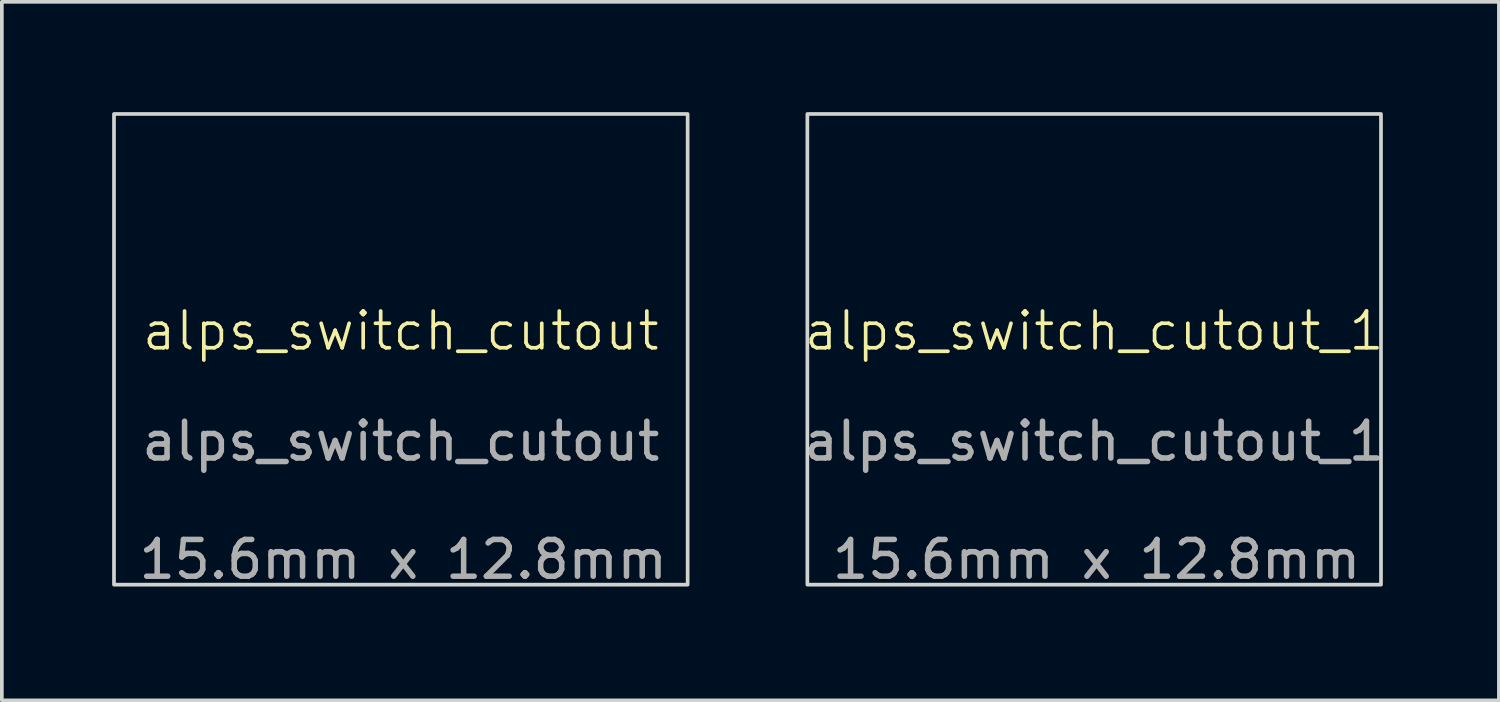
<source format=kicad_pcb>
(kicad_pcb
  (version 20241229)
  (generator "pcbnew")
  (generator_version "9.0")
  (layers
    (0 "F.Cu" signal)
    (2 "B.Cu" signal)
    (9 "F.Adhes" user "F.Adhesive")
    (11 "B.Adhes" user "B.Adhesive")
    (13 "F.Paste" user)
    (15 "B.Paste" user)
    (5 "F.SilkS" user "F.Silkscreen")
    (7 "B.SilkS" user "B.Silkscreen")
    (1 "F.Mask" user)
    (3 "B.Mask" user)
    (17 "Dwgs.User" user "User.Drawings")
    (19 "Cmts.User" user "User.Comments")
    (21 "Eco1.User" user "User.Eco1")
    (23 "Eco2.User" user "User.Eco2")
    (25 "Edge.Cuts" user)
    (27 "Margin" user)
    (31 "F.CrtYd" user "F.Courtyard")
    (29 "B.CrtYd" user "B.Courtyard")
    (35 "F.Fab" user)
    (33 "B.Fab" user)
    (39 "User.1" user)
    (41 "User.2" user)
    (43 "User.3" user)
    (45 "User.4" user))
  (footprint "alps_switch_cutout"
    (layer "F.Cu")
    (at 7.85 6.45)
    (property "Reference" "alps_switch_cutout" (at 0 -0.5 0) (unlocked yes) (layer "F.SilkS") (effects (font (size 1 1) (thickness 0.1))))
    (fp_rect (start -7.8 -6.4) (end 7.8 6.4) (stroke (width 0.1) (type default)) (fill no) (layer "Edge.Cuts"))
    (fp_text user "${REFERENCE}" (at 0 2.5 0) (unlocked yes) (layer "F.Fab") (effects (font (size 1 1) (thickness 0.15))))
    (fp_text user "15.6mm x 12.8mm" (at -7.2 6.3 0) (unlocked yes) (layer "F.Fab") (effects (font (size 1 1) (thickness 0.15)) (justify left bottom))))
  (footprint "alps_switch_cutout_1"
    (layer "F.Cu")
    (at 26.706 6.45)
    (property "Reference" "alps_switch_cutout_1" (at 0 -0.5 0) (unlocked yes) (layer "F.SilkS") (effects (font (size 1 1) (thickness 0.1))))
    (fp_rect (start -7.8 -6.4) (end 7.8 6.4) (stroke (width 0.1) (type default)) (fill no) (layer "Edge.Cuts"))
    (fp_text user "${REFERENCE}" (at 0 2.5 0) (unlocked yes) (layer "F.Fab") (effects (font (size 1 1) (thickness 0.15))))
    (fp_text user "15.6mm x 12.8mm" (at -7.2 6.3 0) (unlocked yes) (layer "F.Fab") (effects (font (size 1 1) (thickness 0.15)) (justify left bottom))))
  (gr_rect
    (start -3 -3)
    (end 37.712 15.996)
    (stroke (width 0.1) (type default))
    (fill no)
    (layer "Edge.Cuts")))
</source>
